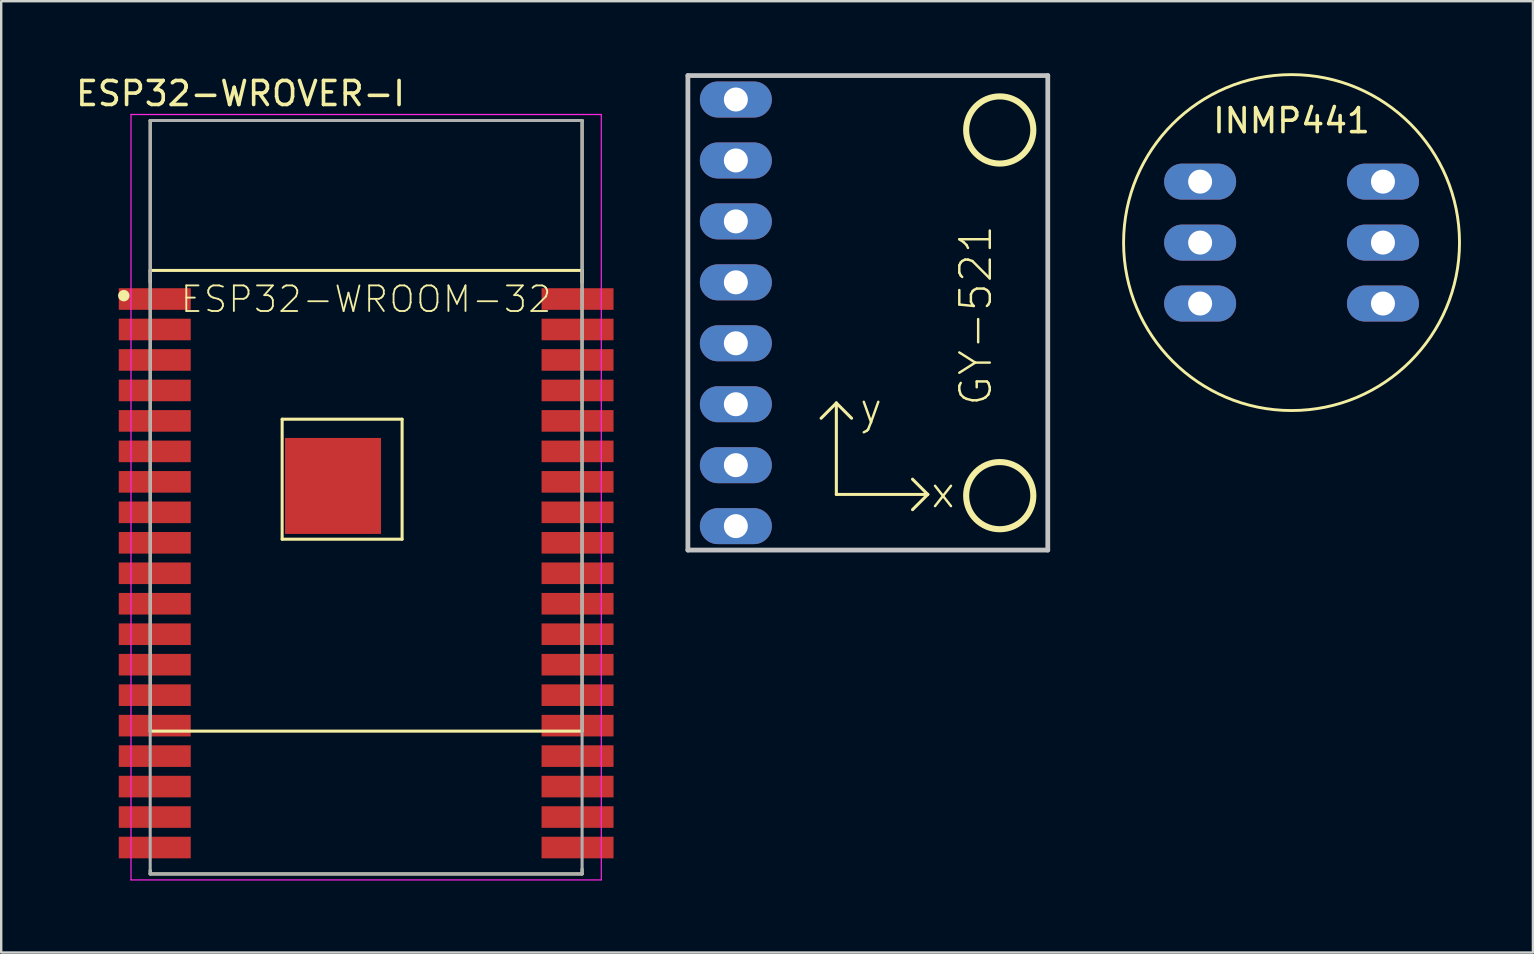
<source format=kicad_pcb>
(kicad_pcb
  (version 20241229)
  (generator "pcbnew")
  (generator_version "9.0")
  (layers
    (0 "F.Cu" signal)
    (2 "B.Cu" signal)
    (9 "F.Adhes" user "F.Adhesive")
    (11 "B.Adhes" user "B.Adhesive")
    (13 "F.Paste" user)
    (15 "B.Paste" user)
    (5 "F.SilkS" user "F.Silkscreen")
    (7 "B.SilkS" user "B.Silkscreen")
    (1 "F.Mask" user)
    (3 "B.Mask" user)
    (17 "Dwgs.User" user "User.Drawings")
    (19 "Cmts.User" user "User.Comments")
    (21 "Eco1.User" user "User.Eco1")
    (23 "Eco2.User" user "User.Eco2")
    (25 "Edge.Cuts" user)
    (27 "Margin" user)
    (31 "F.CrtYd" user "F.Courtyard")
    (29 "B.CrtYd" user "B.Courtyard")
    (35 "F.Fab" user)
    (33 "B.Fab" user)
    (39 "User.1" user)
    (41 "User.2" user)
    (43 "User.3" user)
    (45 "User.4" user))
  (footprint "INMP441"
    (layer "F.Cu")
    (at 50.777 7.06)
    (property "Reference" "INMP441" (at 0 -5.08 0) (unlocked yes) (layer "F.SilkS") (effects (font (size 1 1) (thickness 0.15))))
    (attr through_hole)
    (fp_circle (center 0 0) (end 7 0) (stroke (width 0.12) (type solid)) (fill no) (layer "F.SilkS"))
    (pad "GND" thru_hole oval (at -3.81 -2.54) (size 3 1.5) (drill 1) (layers "*.Cu" "*.Mask"))
    (pad "L/R" thru_hole oval (at 3.81 -2.54) (size 3 1.5) (drill 1) (layers "*.Cu" "*.Mask"))
    (pad "SCK" thru_hole oval (at 3.81 2.54) (size 3 1.5) (drill 1) (layers "*.Cu" "*.Mask"))
    (pad "SD" thru_hole oval (at -3.81 2.54) (size 3 1.5) (drill 1) (layers "*.Cu" "*.Mask"))
    (pad "VDD" thru_hole oval (at -3.81 0) (size 3 1.5) (drill 1) (layers "*.Cu" "*.Mask"))
    (pad "WS" thru_hole oval (at 3.81 0) (size 3 1.5) (drill 1) (layers "*.Cu" "*.Mask")))
  (footprint "GY-521"
    (layer "F.Cu")
    (at 27.618 1.097)
    (property "Reference" "GY-521" (at 10 8.999 90) (layer "F.SilkS") (effects (font (size 1.27 1.27) (thickness 0.102))))
    (attr through_hole exclude_from_pos_files exclude_from_bom)
    (fp_line (start 4.188 12.649) (end 3.553 13.284) (stroke (width 0.127) (type solid)) (layer "F.SilkS"))
    (fp_line (start 4.188 12.649) (end 4.823 13.284) (stroke (width 0.127) (type solid)) (layer "F.SilkS"))
    (fp_line (start 4.188 16.459) (end 4.188 12.649) (stroke (width 0.127) (type solid)) (layer "F.SilkS"))
    (fp_line (start 4.188 16.459) (end 7.998 16.459) (stroke (width 0.127) (type solid)) (layer "F.SilkS"))
    (fp_line (start 7.998 16.459) (end 7.363 15.824) (stroke (width 0.127) (type solid)) (layer "F.SilkS"))
    (fp_line (start 7.998 16.459) (end 7.363 17.094) (stroke (width 0.127) (type solid)) (layer "F.SilkS"))
    (fp_circle (center 10.998 1.27) (end 10.998 -0.13) (stroke (width 0.254) (type solid)) (fill no) (layer "F.SilkS"))
    (fp_circle (center 10.998 16.51) (end 10.998 15.11) (stroke (width 0.254) (type solid)) (fill no) (layer "F.SilkS"))
    (fp_line (start -1.999 -0.998) (end -1.999 18.778) (stroke (width 0.198) (type solid)) (layer "Dwgs.User"))
    (fp_line (start -1.999 -0.998) (end 13 -0.998) (stroke (width 0.198) (type solid)) (layer "Dwgs.User"))
    (fp_line (start -1.999 18.778) (end 13 18.778) (stroke (width 0.198) (type solid)) (layer "Dwgs.User"))
    (fp_line (start 13 -0.998) (end 13 18.778) (stroke (width 0.198) (type solid)) (layer "Dwgs.User"))
    (fp_text user "x" (at 8.633 16.363 0) (layer "F.SilkS") (effects (font (size 1.27 1.27) (thickness 0.102))))
    (fp_text user "y" (at 5.634 12.863 0) (layer "F.SilkS") (effects (font (size 1.27 1.27) (thickness 0.102))))
    (pad "ADO" thru_hole oval (at 0 15.24) (size 3 1.5) (drill 1) (layers "*.Cu" "*.Mask"))
    (pad "GND" thru_hole oval (at 0 2.54) (size 3 1.5) (drill 1) (layers "*.Cu" "*.Mask"))
    (pad "INT" thru_hole oval (at 0 17.78) (size 3 1.5) (drill 1) (layers "*.Cu" "*.Mask"))
    (pad "SCL" thru_hole oval (at 0 5.08) (size 3 1.5) (drill 1) (layers "*.Cu" "*.Mask"))
    (pad "SDA" thru_hole oval (at 0 7.62) (size 3 1.5) (drill 1) (layers "*.Cu" "*.Mask"))
    (pad "VCC" thru_hole oval (at 0 0) (size 3 1.5) (drill 1) (layers "*.Cu" "*.Mask"))
    (pad "XCL" thru_hole oval (at 0 10.16) (size 3 1.5) (drill 1) (layers "*.Cu" "*.Mask"))
    (pad "XDA" thru_hole oval (at 0 12.7) (size 3 1.5) (drill 1) (layers "*.Cu" "*.Mask")))
  (footprint "ESP32-WROVER-I"
    (layer "F.Cu")
    (at 12.21 17.672)
    (property "Reference" "ESP32-WROVER-I" (at -5.237 -16.823 0) (layer "F.SilkS") (effects (font (size 1.002 1.002) (thickness 0.15))))
    (attr smd)
    (fp_line (start -9 -15.7) (end 9 -15.7) (stroke (width 0.127) (type solid)) (layer "F.SilkS"))
    (fp_line (start -9 -9.451) (end -9 9.749) (stroke (width 0.127) (type solid)) (layer "F.SilkS"))
    (fp_line (start -9 -9.451) (end 8.998 -9.451) (stroke (width 0.127) (type solid)) (layer "F.SilkS"))
    (fp_line (start -9 -8.95) (end -9 -15.7) (stroke (width 0.127) (type solid)) (layer "F.SilkS"))
    (fp_line (start -9 9.749) (end 8.998 9.749) (stroke (width 0.127) (type solid)) (layer "F.SilkS"))
    (fp_line (start -9 15.55) (end -9 15.7) (stroke (width 0.127) (type solid)) (layer "F.SilkS"))
    (fp_line (start -9 15.7) (end 9 15.7) (stroke (width 0.127) (type solid)) (layer "F.SilkS"))
    (fp_line (start -3.501 -3.251) (end -3.501 1.75) (stroke (width 0.127) (type solid)) (layer "F.SilkS"))
    (fp_line (start -3.501 1.75) (end 1.498 1.75) (stroke (width 0.127) (type solid)) (layer "F.SilkS"))
    (fp_line (start 1.498 -3.251) (end -3.501 -3.251) (stroke (width 0.127) (type solid)) (layer "F.SilkS"))
    (fp_line (start 1.498 1.75) (end 1.498 -3.251) (stroke (width 0.127) (type solid)) (layer "F.SilkS"))
    (fp_line (start 8.998 9.749) (end 8.998 -9.451) (stroke (width 0.127) (type solid)) (layer "F.SilkS"))
    (fp_line (start 9 -15.7) (end 9 -8.95) (stroke (width 0.127) (type solid)) (layer "F.SilkS"))
    (fp_line (start 9 15.7) (end 9 15.5) (stroke (width 0.127) (type solid)) (layer "F.SilkS"))
    (fp_circle (center -10.1 -8.4) (end -9.98 -8.4) (stroke (width 0.24) (type solid)) (fill no) (layer "F.SilkS"))
    (fp_poly (pts (xy -2.648 -1.735) (xy -0.115 -1.735) (xy -0.115 0.796) (xy -2.648 0.796)) (stroke (width 0.01) (type solid)) (fill yes) (layer "F.Paste"))
    (fp_line (start -9.8 -15.95) (end 9.8 -15.95) (stroke (width 0.05) (type solid)) (layer "F.CrtYd"))
    (fp_line (start -9.8 15.95) (end -9.8 -15.95) (stroke (width 0.05) (type solid)) (layer "F.CrtYd"))
    (fp_line (start 9.8 -15.95) (end 9.8 15.95) (stroke (width 0.05) (type solid)) (layer "F.CrtYd"))
    (fp_line (start 9.8 15.95) (end -9.8 15.95) (stroke (width 0.05) (type solid)) (layer "F.CrtYd"))
    (fp_line (start -9 -15.7) (end 9 -15.7) (stroke (width 0.127) (type solid)) (layer "F.Fab"))
    (fp_line (start -9 15.7) (end -9 -15.7) (stroke (width 0.127) (type solid)) (layer "F.Fab"))
    (fp_line (start 9 -15.7) (end 9 15.7) (stroke (width 0.127) (type solid)) (layer "F.Fab"))
    (fp_line (start 9 15.7) (end -9 15.7) (stroke (width 0.127) (type solid)) (layer "F.Fab"))
    (fp_text user "ESP32-WROOM-32" (at -0.001 -8.25 0) (layer "F.SilkS") (effects (font (size 1.067 1.067) (thickness 0.076))))
    (pad "1" smd rect (at -8.81 -8.26) (size 3 0.9) (layers "F.Cu" "F.Mask" "F.Paste"))
    (pad "2" smd rect (at -8.81 -6.99) (size 3 0.9) (layers "F.Cu" "F.Mask" "F.Paste"))
    (pad "3" smd rect (at -8.81 -5.72) (size 3 0.9) (layers "F.Cu" "F.Mask" "F.Paste"))
    (pad "4" smd rect (at -8.81 -4.45) (size 3 0.9) (layers "F.Cu" "F.Mask" "F.Paste"))
    (pad "5" smd rect (at -8.81 -3.18) (size 3 0.9) (layers "F.Cu" "F.Mask" "F.Paste"))
    (pad "6" smd rect (at -8.81 -1.91) (size 3 0.9) (layers "F.Cu" "F.Mask" "F.Paste"))
    (pad "7" smd rect (at -8.81 -0.64) (size 3 0.9) (layers "F.Cu" "F.Mask" "F.Paste"))
    (pad "8" smd rect (at -8.81 0.63) (size 3 0.9) (layers "F.Cu" "F.Mask" "F.Paste"))
    (pad "9" smd rect (at -8.81 1.9) (size 3 0.9) (layers "F.Cu" "F.Mask" "F.Paste"))
    (pad "10" smd rect (at -8.81 3.17) (size 3 0.9) (layers "F.Cu" "F.Mask" "F.Paste"))
    (pad "11" smd rect (at -8.81 4.44) (size 3 0.9) (layers "F.Cu" "F.Mask" "F.Paste"))
    (pad "12" smd rect (at -8.81 5.71) (size 3 0.9) (layers "F.Cu" "F.Mask" "F.Paste"))
    (pad "13" smd rect (at -8.81 6.98) (size 3 0.9) (layers "F.Cu" "F.Mask" "F.Paste"))
    (pad "14" smd rect (at -8.81 8.25) (size 3 0.9) (layers "F.Cu" "F.Mask" "F.Paste"))
    (pad "15" smd rect (at -8.81 9.52) (size 3 0.9) (layers "F.Cu" "F.Mask" "F.Paste"))
    (pad "16" smd rect (at -8.81 10.79) (size 3 0.9) (layers "F.Cu" "F.Mask" "F.Paste"))
    (pad "17" smd rect (at -8.81 12.06) (size 3 0.9) (layers "F.Cu" "F.Mask" "F.Paste"))
    (pad "18" smd rect (at -8.81 13.33) (size 3 0.9) (layers "F.Cu" "F.Mask" "F.Paste"))
    (pad "19" smd rect (at -8.81 14.6) (size 3 0.9) (layers "F.Cu" "F.Mask" "F.Paste"))
    (pad "20" smd rect (at 8.81 14.6) (size 3 0.9) (layers "F.Cu" "F.Mask" "F.Paste"))
    (pad "21" smd rect (at 8.81 13.33) (size 3 0.9) (layers "F.Cu" "F.Mask" "F.Paste"))
    (pad "22" smd rect (at 8.81 12.06) (size 3 0.9) (layers "F.Cu" "F.Mask" "F.Paste"))
    (pad "23" smd rect (at 8.81 10.79) (size 3 0.9) (layers "F.Cu" "F.Mask" "F.Paste"))
    (pad "24" smd rect (at 8.81 9.52) (size 3 0.9) (layers "F.Cu" "F.Mask" "F.Paste"))
    (pad "25" smd rect (at 8.81 8.25) (size 3 0.9) (layers "F.Cu" "F.Mask" "F.Paste"))
    (pad "26" smd rect (at 8.81 6.98) (size 3 0.9) (layers "F.Cu" "F.Mask" "F.Paste"))
    (pad "27" smd rect (at 8.81 5.71) (size 3 0.9) (layers "F.Cu" "F.Mask" "F.Paste"))
    (pad "28" smd rect (at 8.81 4.44) (size 3 0.9) (layers "F.Cu" "F.Mask" "F.Paste"))
    (pad "29" smd rect (at 8.81 3.17) (size 3 0.9) (layers "F.Cu" "F.Mask" "F.Paste"))
    (pad "30" smd rect (at 8.81 1.9) (size 3 0.9) (layers "F.Cu" "F.Mask" "F.Paste"))
    (pad "31" smd rect (at 8.81 0.63) (size 3 0.9) (layers "F.Cu" "F.Mask" "F.Paste"))
    (pad "32" smd rect (at 8.81 -0.64) (size 3 0.9) (layers "F.Cu" "F.Mask" "F.Paste"))
    (pad "33" smd rect (at 8.81 -1.91) (size 3 0.9) (layers "F.Cu" "F.Mask" "F.Paste"))
    (pad "34" smd rect (at 8.81 -3.18) (size 3 0.9) (layers "F.Cu" "F.Mask" "F.Paste"))
    (pad "35" smd rect (at 8.81 -4.45) (size 3 0.9) (layers "F.Cu" "F.Mask" "F.Paste"))
    (pad "36" smd rect (at 8.81 -5.72) (size 3 0.9) (layers "F.Cu" "F.Mask" "F.Paste"))
    (pad "37" smd rect (at 8.81 -6.99) (size 3 0.9) (layers "F.Cu" "F.Mask" "F.Paste"))
    (pad "38" smd rect (at 8.81 -8.26) (size 3 0.9) (layers "F.Cu" "F.Mask" "F.Paste"))
    (pad "39" smd rect (at -1.38 -0.47) (size 4 4) (layers "F.Cu" "F.Mask")))
  (gr_rect
    (start -3 -3)
    (end 60.837 36.647)
    (stroke (width 0.1) (type default))
    (fill no)
    (layer "Edge.Cuts")))
</source>
